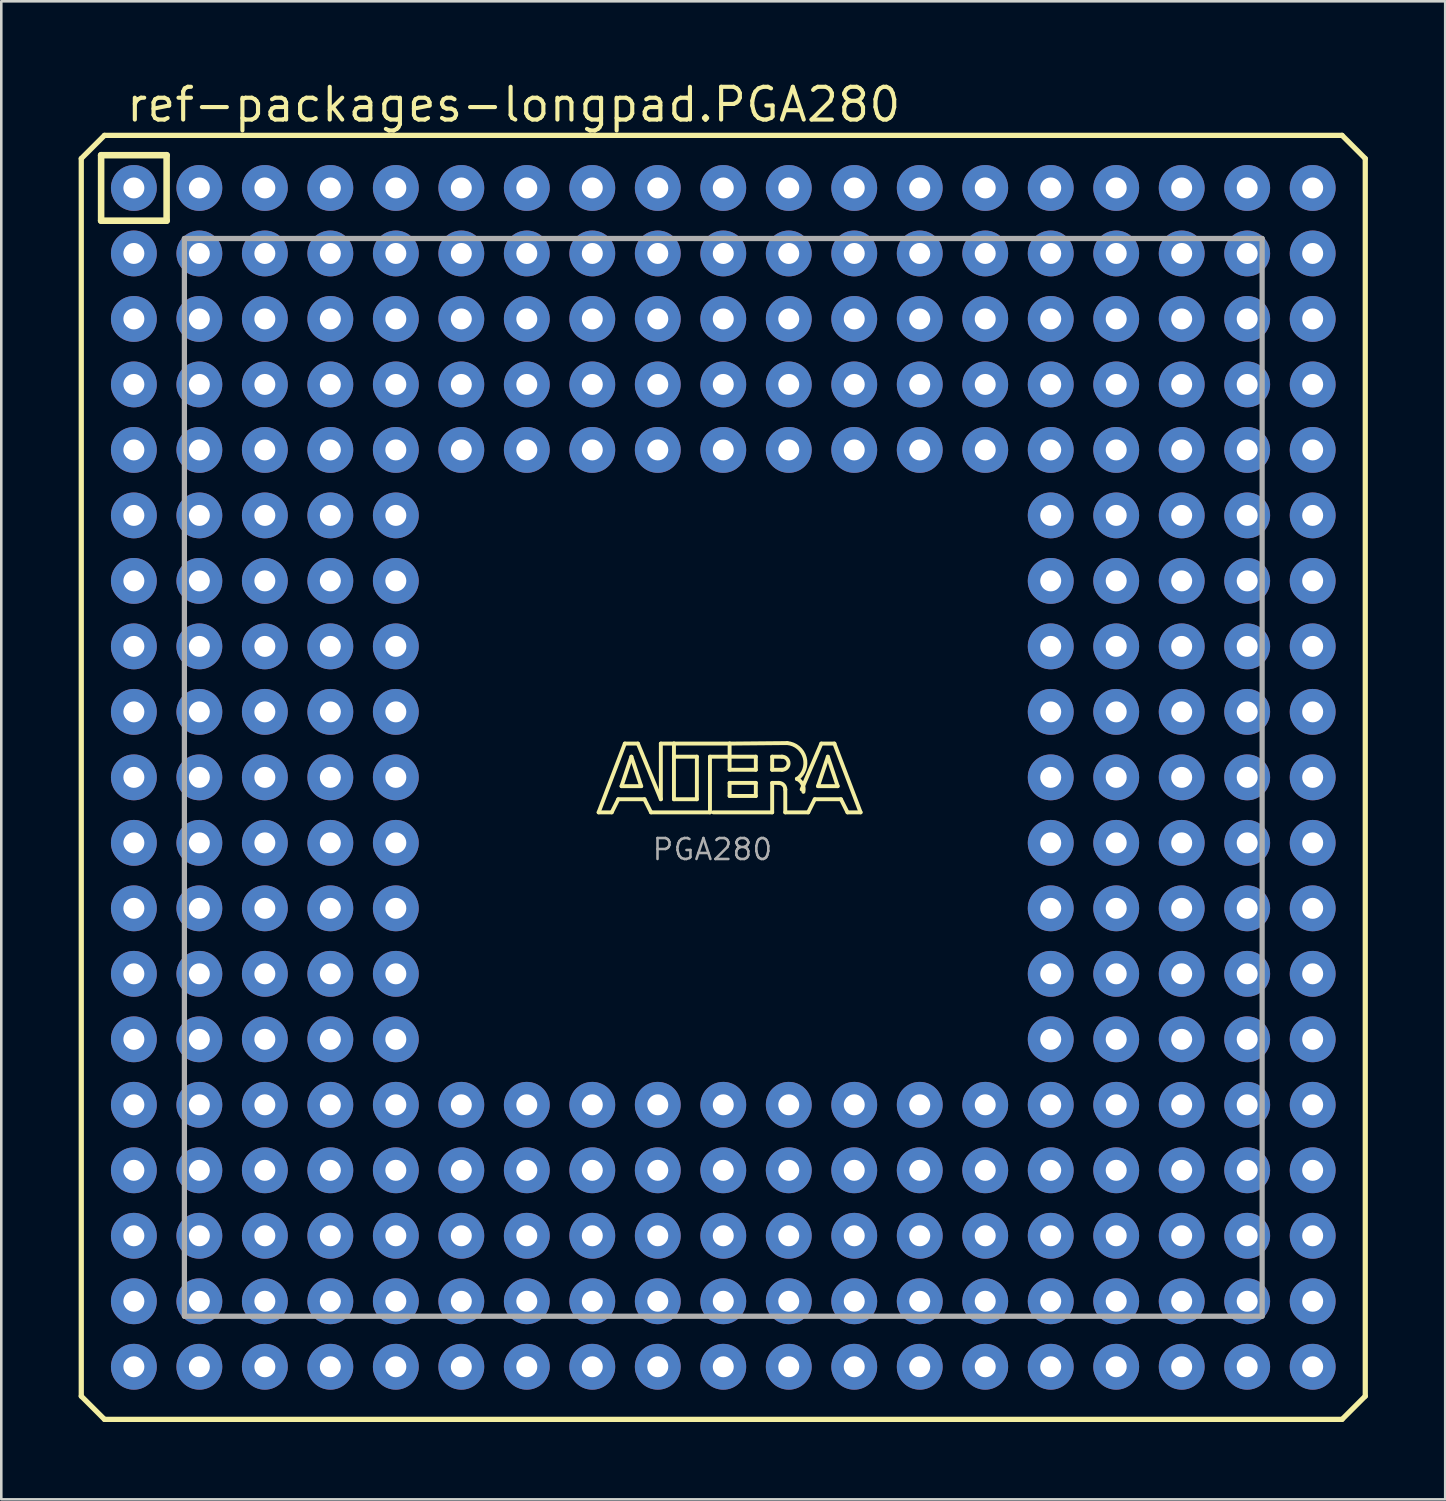
<source format=kicad_pcb>
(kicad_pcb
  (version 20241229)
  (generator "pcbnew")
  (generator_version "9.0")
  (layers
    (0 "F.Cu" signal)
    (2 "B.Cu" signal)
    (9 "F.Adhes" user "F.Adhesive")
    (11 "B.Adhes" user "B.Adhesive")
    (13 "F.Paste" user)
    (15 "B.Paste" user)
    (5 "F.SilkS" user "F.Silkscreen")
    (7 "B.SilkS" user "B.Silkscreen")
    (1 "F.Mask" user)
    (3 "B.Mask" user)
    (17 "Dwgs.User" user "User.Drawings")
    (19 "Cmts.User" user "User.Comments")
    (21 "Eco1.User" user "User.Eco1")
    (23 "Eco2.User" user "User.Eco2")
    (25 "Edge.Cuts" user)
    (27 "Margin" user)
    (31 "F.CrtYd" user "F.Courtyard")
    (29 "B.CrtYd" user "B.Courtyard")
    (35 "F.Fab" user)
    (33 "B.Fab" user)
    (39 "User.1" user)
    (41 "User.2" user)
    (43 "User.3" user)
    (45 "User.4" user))
  (footprint "ref-packages-longpad.PGA280"
    (layer "F.Cu")
    (at 25.002 27.1)
    (property "Reference" "ref-packages-longpad.PGA280" (at -23.23 -25.35 0) (layer "F.SilkS") (effects (font (size 1.27 1.27) (thickness 0.16)) (justify left bottom)))
    (attr through_hole)
    (fp_line (start -24.9 -24) (end -24 -24.9) (stroke (width 0.203) (type default)) (layer "F.SilkS"))
    (fp_line (start -24.9 24) (end -24.9 -24) (stroke (width 0.203) (type default)) (layer "F.SilkS"))
    (fp_line (start -24.13 -24.13) (end -24.13 -21.59) (stroke (width 0.254) (type default)) (layer "F.SilkS"))
    (fp_line (start -24.13 -21.59) (end -21.59 -21.59) (stroke (width 0.254) (type default)) (layer "F.SilkS"))
    (fp_line (start -24 -24.9) (end 24 -24.9) (stroke (width 0.203) (type default)) (layer "F.SilkS"))
    (fp_line (start -24 24.9) (end -24.9 24) (stroke (width 0.203) (type default)) (layer "F.SilkS"))
    (fp_line (start -21.59 -24.13) (end -24.13 -24.13) (stroke (width 0.254) (type default)) (layer "F.SilkS"))
    (fp_line (start -21.59 -21.59) (end -21.59 -24.13) (stroke (width 0.254) (type default)) (layer "F.SilkS"))
    (fp_line (start -4.834 1.357) (end -3.818 -1.31) (stroke (width 0.152) (type default)) (layer "F.SilkS"))
    (fp_line (start -4.326 1.357) (end -4.834 1.357) (stroke (width 0.152) (type default)) (layer "F.SilkS"))
    (fp_line (start -4.072 0.849) (end -4.326 1.357) (stroke (width 0.152) (type default)) (layer "F.SilkS"))
    (fp_line (start -3.945 0.341) (end -3.183 0.341) (stroke (width 0.152) (type default)) (layer "F.SilkS"))
    (fp_line (start -3.818 -1.31) (end -3.31 -1.31) (stroke (width 0.152) (type default)) (layer "F.SilkS"))
    (fp_line (start -3.564 -0.802) (end -3.945 0.341) (stroke (width 0.152) (type default)) (layer "F.SilkS"))
    (fp_line (start -3.31 -1.31) (end -2.421 0.849) (stroke (width 0.152) (type default)) (layer "F.SilkS"))
    (fp_line (start -3.183 0.341) (end -3.564 -0.802) (stroke (width 0.152) (type default)) (layer "F.SilkS"))
    (fp_line (start -3.056 0.849) (end -4.072 0.849) (stroke (width 0.152) (type default)) (layer "F.SilkS"))
    (fp_line (start -2.802 1.357) (end -3.056 0.849) (stroke (width 0.152) (type default)) (layer "F.SilkS"))
    (fp_line (start -2.421 -1.31) (end -1.913 -1.31) (stroke (width 0.152) (type default)) (layer "F.SilkS"))
    (fp_line (start -2.421 0.849) (end -2.421 -1.31) (stroke (width 0.152) (type default)) (layer "F.SilkS"))
    (fp_line (start -1.913 -1.31) (end -1.913 -0.802) (stroke (width 0.152) (type default)) (layer "F.SilkS"))
    (fp_line (start -1.913 -1.31) (end 0.246 -1.31) (stroke (width 0.152) (type default)) (layer "F.SilkS"))
    (fp_line (start -1.913 -0.802) (end -1.913 0.849) (stroke (width 0.152) (type default)) (layer "F.SilkS"))
    (fp_line (start -1.913 0.849) (end -1.024 0.849) (stroke (width 0.152) (type default)) (layer "F.SilkS"))
    (fp_line (start -1.024 -0.802) (end -1.913 -0.802) (stroke (width 0.152) (type default)) (layer "F.SilkS"))
    (fp_line (start -1.024 0.849) (end -1.024 -0.802) (stroke (width 0.152) (type default)) (layer "F.SilkS"))
    (fp_line (start -0.516 -0.802) (end -0.516 1.357) (stroke (width 0.152) (type default)) (layer "F.SilkS"))
    (fp_line (start -0.516 1.357) (end -2.802 1.357) (stroke (width 0.152) (type default)) (layer "F.SilkS"))
    (fp_line (start 0.246 -1.31) (end 0.246 -0.802) (stroke (width 0.152) (type default)) (layer "F.SilkS"))
    (fp_line (start 0.246 -1.31) (end 2.478 -1.33) (stroke (width 0.152) (type default)) (layer "F.SilkS"))
    (fp_line (start 0.246 -0.802) (end -0.516 -0.802) (stroke (width 0.152) (type default)) (layer "F.SilkS"))
    (fp_line (start 0.246 -0.802) (end 0.246 -0.294) (stroke (width 0.152) (type default)) (layer "F.SilkS"))
    (fp_line (start 0.246 -0.294) (end 1.262 -0.294) (stroke (width 0.152) (type default)) (layer "F.SilkS"))
    (fp_line (start 0.246 0.214) (end 1.262 0.214) (stroke (width 0.152) (type default)) (layer "F.SilkS"))
    (fp_line (start 0.246 0.722) (end 0.246 0.214) (stroke (width 0.152) (type default)) (layer "F.SilkS"))
    (fp_line (start 1.262 -0.802) (end 0.246 -0.802) (stroke (width 0.152) (type default)) (layer "F.SilkS"))
    (fp_line (start 1.262 -0.294) (end 1.262 -0.802) (stroke (width 0.152) (type default)) (layer "F.SilkS"))
    (fp_line (start 1.262 0.214) (end 1.262 0.722) (stroke (width 0.152) (type default)) (layer "F.SilkS"))
    (fp_line (start 1.262 0.722) (end 0.246 0.722) (stroke (width 0.152) (type default)) (layer "F.SilkS"))
    (fp_line (start 1.897 -0.802) (end 1.897 -0.294) (stroke (width 0.152) (type default)) (layer "F.SilkS"))
    (fp_line (start 1.897 -0.294) (end 2.278 -0.294) (stroke (width 0.152) (type default)) (layer "F.SilkS"))
    (fp_line (start 1.897 0.214) (end 1.897 1.357) (stroke (width 0.152) (type default)) (layer "F.SilkS"))
    (fp_line (start 1.897 0.214) (end 2.151 0.214) (stroke (width 0.152) (type default)) (layer "F.SilkS"))
    (fp_line (start 1.897 1.357) (end -0.389 1.357) (stroke (width 0.152) (type default)) (layer "F.SilkS"))
    (fp_line (start 2.278 -0.802) (end 1.897 -0.802) (stroke (width 0.152) (type default)) (layer "F.SilkS"))
    (fp_line (start 2.405 0.468) (end 2.405 1.357) (stroke (width 0.152) (type default)) (layer "F.SilkS"))
    (fp_line (start 2.405 1.357) (end 3.294 1.357) (stroke (width 0.152) (type default)) (layer "F.SilkS"))
    (fp_line (start 3.294 1.357) (end 3.548 0.849) (stroke (width 0.152) (type default)) (layer "F.SilkS"))
    (fp_line (start 3.548 0.849) (end 4.564 0.849) (stroke (width 0.152) (type default)) (layer "F.SilkS"))
    (fp_line (start 3.675 0.341) (end 4.056 -0.802) (stroke (width 0.152) (type default)) (layer "F.SilkS"))
    (fp_line (start 3.802 -1.31) (end 3.04 0.468) (stroke (width 0.152) (type default)) (layer "F.SilkS"))
    (fp_line (start 4.056 -0.802) (end 4.437 0.341) (stroke (width 0.152) (type default)) (layer "F.SilkS"))
    (fp_line (start 4.31 -1.31) (end 3.802 -1.31) (stroke (width 0.152) (type default)) (layer "F.SilkS"))
    (fp_line (start 4.437 0.341) (end 3.675 0.341) (stroke (width 0.152) (type default)) (layer "F.SilkS"))
    (fp_line (start 4.564 0.849) (end 4.818 1.357) (stroke (width 0.152) (type default)) (layer "F.SilkS"))
    (fp_line (start 4.818 1.357) (end 5.326 1.357) (stroke (width 0.152) (type default)) (layer "F.SilkS"))
    (fp_line (start 5.326 1.357) (end 4.31 -1.31) (stroke (width 0.152) (type default)) (layer "F.SilkS"))
    (fp_line (start 24 -24.9) (end 24.9 -24) (stroke (width 0.203) (type default)) (layer "F.SilkS"))
    (fp_line (start 24 24.9) (end -24 24.9) (stroke (width 0.203) (type default)) (layer "F.SilkS"))
    (fp_line (start 24.9 -24) (end 24.9 24) (stroke (width 0.203) (type default)) (layer "F.SilkS"))
    (fp_line (start 24.9 24) (end 24 24.9) (stroke (width 0.203) (type default)) (layer "F.SilkS"))
    (fp_arc (start 2.151 0.214) (mid 2.330605 0.288395) (end 2.405 0.468) (stroke (width 0.1524) (type default)) (layer "F.SilkS"))
    (fp_arc (start 2.278 -0.802) (mid 2.532 -0.548) (end 2.278 -0.294) (stroke (width 0.1524) (type default)) (layer "F.SilkS"))
    (fp_arc (start 2.4785 -1.33) (mid 3.158453 -0.76477) (end 2.8596 0.0674) (stroke (width 0.1524) (type default)) (layer "F.SilkS"))
    (fp_arc (start 2.8543 0.0531) (mid 3.070281 0.262587) (end 3.108 0.5611) (stroke (width 0.1524) (type default)) (layer "F.SilkS"))
    (fp_line (start -20.9 -20.9) (end 20.9 -20.9) (stroke (width 0.203) (type default)) (layer "F.Fab"))
    (fp_line (start -20.9 20.9) (end -20.9 -20.9) (stroke (width 0.203) (type default)) (layer "F.Fab"))
    (fp_line (start 20.9 -20.9) (end 20.9 20.9) (stroke (width 0.203) (type default)) (layer "F.Fab"))
    (fp_line (start 20.9 20.9) (end -20.9 20.9) (stroke (width 0.203) (type default)) (layer "F.Fab"))
    (fp_text user "PGA280" (at -2.81 3.27 0) (layer "F.Fab") (effects (font (size 0.813 0.813) (thickness 0.1)) (justify left bottom)))
    (pad "A1" thru_hole circle (at -22.86 -22.86) (size 1.778 1.778) (drill 0.813) (layers "*.Cu" "*.Mask"))
    (pad "A2" thru_hole circle (at -20.32 -22.86) (size 1.778 1.778) (drill 0.813) (layers "*.Cu" "*.Mask"))
    (pad "A3" thru_hole circle (at -17.78 -22.86) (size 1.778 1.778) (drill 0.813) (layers "*.Cu" "*.Mask"))
    (pad "A4" thru_hole circle (at -15.24 -22.86) (size 1.778 1.778) (drill 0.813) (layers "*.Cu" "*.Mask"))
    (pad "A5" thru_hole circle (at -12.7 -22.86) (size 1.778 1.778) (drill 0.813) (layers "*.Cu" "*.Mask"))
    (pad "A6" thru_hole circle (at -10.16 -22.86) (size 1.778 1.778) (drill 0.813) (layers "*.Cu" "*.Mask"))
    (pad "A7" thru_hole circle (at -7.62 -22.86) (size 1.778 1.778) (drill 0.813) (layers "*.Cu" "*.Mask"))
    (pad "A8" thru_hole circle (at -5.08 -22.86) (size 1.778 1.778) (drill 0.813) (layers "*.Cu" "*.Mask"))
    (pad "A9" thru_hole circle (at -2.54 -22.86) (size 1.778 1.778) (drill 0.813) (layers "*.Cu" "*.Mask"))
    (pad "A10" thru_hole circle (at 0 -22.86) (size 1.778 1.778) (drill 0.813) (layers "*.Cu" "*.Mask"))
    (pad "A11" thru_hole circle (at 2.54 -22.86) (size 1.778 1.778) (drill 0.813) (layers "*.Cu" "*.Mask"))
    (pad "A12" thru_hole circle (at 5.08 -22.86) (size 1.778 1.778) (drill 0.813) (layers "*.Cu" "*.Mask"))
    (pad "A13" thru_hole circle (at 7.62 -22.86) (size 1.778 1.778) (drill 0.813) (layers "*.Cu" "*.Mask"))
    (pad "A14" thru_hole circle (at 10.16 -22.86) (size 1.778 1.778) (drill 0.813) (layers "*.Cu" "*.Mask"))
    (pad "A15" thru_hole circle (at 12.7 -22.86) (size 1.778 1.778) (drill 0.813) (layers "*.Cu" "*.Mask"))
    (pad "A16" thru_hole circle (at 15.24 -22.86) (size 1.778 1.778) (drill 0.813) (layers "*.Cu" "*.Mask"))
    (pad "A17" thru_hole circle (at 17.78 -22.86) (size 1.778 1.778) (drill 0.813) (layers "*.Cu" "*.Mask"))
    (pad "A18" thru_hole circle (at 20.32 -22.86) (size 1.778 1.778) (drill 0.813) (layers "*.Cu" "*.Mask"))
    (pad "A19" thru_hole circle (at 22.86 -22.86) (size 1.778 1.778) (drill 0.813) (layers "*.Cu" "*.Mask"))
    (pad "B1" thru_hole circle (at -22.86 -20.32) (size 1.778 1.778) (drill 0.813) (layers "*.Cu" "*.Mask"))
    (pad "B2" thru_hole circle (at -20.32 -20.32) (size 1.778 1.778) (drill 0.813) (layers "*.Cu" "*.Mask"))
    (pad "B3" thru_hole circle (at -17.78 -20.32) (size 1.778 1.778) (drill 0.813) (layers "*.Cu" "*.Mask"))
    (pad "B4" thru_hole circle (at -15.24 -20.32) (size 1.778 1.778) (drill 0.813) (layers "*.Cu" "*.Mask"))
    (pad "B5" thru_hole circle (at -12.7 -20.32) (size 1.778 1.778) (drill 0.813) (layers "*.Cu" "*.Mask"))
    (pad "B6" thru_hole circle (at -10.16 -20.32) (size 1.778 1.778) (drill 0.813) (layers "*.Cu" "*.Mask"))
    (pad "B7" thru_hole circle (at -7.62 -20.32) (size 1.778 1.778) (drill 0.813) (layers "*.Cu" "*.Mask"))
    (pad "B8" thru_hole circle (at -5.08 -20.32) (size 1.778 1.778) (drill 0.813) (layers "*.Cu" "*.Mask"))
    (pad "B9" thru_hole circle (at -2.54 -20.32) (size 1.778 1.778) (drill 0.813) (layers "*.Cu" "*.Mask"))
    (pad "B10" thru_hole circle (at 0 -20.32) (size 1.778 1.778) (drill 0.813) (layers "*.Cu" "*.Mask"))
    (pad "B11" thru_hole circle (at 2.54 -20.32) (size 1.778 1.778) (drill 0.813) (layers "*.Cu" "*.Mask"))
    (pad "B12" thru_hole circle (at 5.08 -20.32) (size 1.778 1.778) (drill 0.813) (layers "*.Cu" "*.Mask"))
    (pad "B13" thru_hole circle (at 7.62 -20.32) (size 1.778 1.778) (drill 0.813) (layers "*.Cu" "*.Mask"))
    (pad "B14" thru_hole circle (at 10.16 -20.32) (size 1.778 1.778) (drill 0.813) (layers "*.Cu" "*.Mask"))
    (pad "B15" thru_hole circle (at 12.7 -20.32) (size 1.778 1.778) (drill 0.813) (layers "*.Cu" "*.Mask"))
    (pad "B16" thru_hole circle (at 15.24 -20.32) (size 1.778 1.778) (drill 0.813) (layers "*.Cu" "*.Mask"))
    (pad "B17" thru_hole circle (at 17.78 -20.32) (size 1.778 1.778) (drill 0.813) (layers "*.Cu" "*.Mask"))
    (pad "B18" thru_hole circle (at 20.32 -20.32) (size 1.778 1.778) (drill 0.813) (layers "*.Cu" "*.Mask"))
    (pad "B19" thru_hole circle (at 22.86 -20.32) (size 1.778 1.778) (drill 0.813) (layers "*.Cu" "*.Mask"))
    (pad "C1" thru_hole circle (at -22.86 -17.78) (size 1.778 1.778) (drill 0.813) (layers "*.Cu" "*.Mask"))
    (pad "C2" thru_hole circle (at -20.32 -17.78) (size 1.778 1.778) (drill 0.813) (layers "*.Cu" "*.Mask"))
    (pad "C3" thru_hole circle (at -17.78 -17.78) (size 1.778 1.778) (drill 0.813) (layers "*.Cu" "*.Mask"))
    (pad "C4" thru_hole circle (at -15.24 -17.78) (size 1.778 1.778) (drill 0.813) (layers "*.Cu" "*.Mask"))
    (pad "C5" thru_hole circle (at -12.7 -17.78) (size 1.778 1.778) (drill 0.813) (layers "*.Cu" "*.Mask"))
    (pad "C6" thru_hole circle (at -10.16 -17.78) (size 1.778 1.778) (drill 0.813) (layers "*.Cu" "*.Mask"))
    (pad "C7" thru_hole circle (at -7.62 -17.78) (size 1.778 1.778) (drill 0.813) (layers "*.Cu" "*.Mask"))
    (pad "C8" thru_hole circle (at -5.08 -17.78) (size 1.778 1.778) (drill 0.813) (layers "*.Cu" "*.Mask"))
    (pad "C9" thru_hole circle (at -2.54 -17.78) (size 1.778 1.778) (drill 0.813) (layers "*.Cu" "*.Mask"))
    (pad "C10" thru_hole circle (at 0 -17.78) (size 1.778 1.778) (drill 0.813) (layers "*.Cu" "*.Mask"))
    (pad "C11" thru_hole circle (at 2.54 -17.78) (size 1.778 1.778) (drill 0.813) (layers "*.Cu" "*.Mask"))
    (pad "C12" thru_hole circle (at 5.08 -17.78) (size 1.778 1.778) (drill 0.813) (layers "*.Cu" "*.Mask"))
    (pad "C13" thru_hole circle (at 7.62 -17.78) (size 1.778 1.778) (drill 0.813) (layers "*.Cu" "*.Mask"))
    (pad "C14" thru_hole circle (at 10.16 -17.78) (size 1.778 1.778) (drill 0.813) (layers "*.Cu" "*.Mask"))
    (pad "C15" thru_hole circle (at 12.7 -17.78) (size 1.778 1.778) (drill 0.813) (layers "*.Cu" "*.Mask"))
    (pad "C16" thru_hole circle (at 15.24 -17.78) (size 1.778 1.778) (drill 0.813) (layers "*.Cu" "*.Mask"))
    (pad "C17" thru_hole circle (at 17.78 -17.78) (size 1.778 1.778) (drill 0.813) (layers "*.Cu" "*.Mask"))
    (pad "C18" thru_hole circle (at 20.32 -17.78) (size 1.778 1.778) (drill 0.813) (layers "*.Cu" "*.Mask"))
    (pad "C19" thru_hole circle (at 22.86 -17.78) (size 1.778 1.778) (drill 0.813) (layers "*.Cu" "*.Mask"))
    (pad "D1" thru_hole circle (at -22.86 -15.24) (size 1.778 1.778) (drill 0.813) (layers "*.Cu" "*.Mask"))
    (pad "D2" thru_hole circle (at -20.32 -15.24) (size 1.778 1.778) (drill 0.813) (layers "*.Cu" "*.Mask"))
    (pad "D3" thru_hole circle (at -17.78 -15.24) (size 1.778 1.778) (drill 0.813) (layers "*.Cu" "*.Mask"))
    (pad "D4" thru_hole circle (at -15.24 -15.24) (size 1.778 1.778) (drill 0.813) (layers "*.Cu" "*.Mask"))
    (pad "D5" thru_hole circle (at -12.7 -15.24) (size 1.778 1.778) (drill 0.813) (layers "*.Cu" "*.Mask"))
    (pad "D6" thru_hole circle (at -10.16 -15.24) (size 1.778 1.778) (drill 0.813) (layers "*.Cu" "*.Mask"))
    (pad "D7" thru_hole circle (at -7.62 -15.24) (size 1.778 1.778) (drill 0.813) (layers "*.Cu" "*.Mask"))
    (pad "D8" thru_hole circle (at -5.08 -15.24) (size 1.778 1.778) (drill 0.813) (layers "*.Cu" "*.Mask"))
    (pad "D9" thru_hole circle (at -2.54 -15.24) (size 1.778 1.778) (drill 0.813) (layers "*.Cu" "*.Mask"))
    (pad "D10" thru_hole circle (at 0 -15.24) (size 1.778 1.778) (drill 0.813) (layers "*.Cu" "*.Mask"))
    (pad "D11" thru_hole circle (at 2.54 -15.24) (size 1.778 1.778) (drill 0.813) (layers "*.Cu" "*.Mask"))
    (pad "D12" thru_hole circle (at 5.08 -15.24) (size 1.778 1.778) (drill 0.813) (layers "*.Cu" "*.Mask"))
    (pad "D13" thru_hole circle (at 7.62 -15.24) (size 1.778 1.778) (drill 0.813) (layers "*.Cu" "*.Mask"))
    (pad "D14" thru_hole circle (at 10.16 -15.24) (size 1.778 1.778) (drill 0.813) (layers "*.Cu" "*.Mask"))
    (pad "D15" thru_hole circle (at 12.7 -15.24) (size 1.778 1.778) (drill 0.813) (layers "*.Cu" "*.Mask"))
    (pad "D16" thru_hole circle (at 15.24 -15.24) (size 1.778 1.778) (drill 0.813) (layers "*.Cu" "*.Mask"))
    (pad "D17" thru_hole circle (at 17.78 -15.24) (size 1.778 1.778) (drill 0.813) (layers "*.Cu" "*.Mask"))
    (pad "D18" thru_hole circle (at 20.32 -15.24) (size 1.778 1.778) (drill 0.813) (layers "*.Cu" "*.Mask"))
    (pad "D19" thru_hole circle (at 22.86 -15.24) (size 1.778 1.778) (drill 0.813) (layers "*.Cu" "*.Mask"))
    (pad "E1" thru_hole circle (at -22.86 -12.7) (size 1.778 1.778) (drill 0.813) (layers "*.Cu" "*.Mask"))
    (pad "E2" thru_hole circle (at -20.32 -12.7) (size 1.778 1.778) (drill 0.813) (layers "*.Cu" "*.Mask"))
    (pad "E3" thru_hole circle (at -17.78 -12.7) (size 1.778 1.778) (drill 0.813) (layers "*.Cu" "*.Mask"))
    (pad "E4" thru_hole circle (at -15.24 -12.7) (size 1.778 1.778) (drill 0.813) (layers "*.Cu" "*.Mask"))
    (pad "E5" thru_hole circle (at -12.7 -12.7) (size 1.778 1.778) (drill 0.813) (layers "*.Cu" "*.Mask"))
    (pad "E6" thru_hole circle (at -10.16 -12.7) (size 1.778 1.778) (drill 0.813) (layers "*.Cu" "*.Mask"))
    (pad "E7" thru_hole circle (at -7.62 -12.7) (size 1.778 1.778) (drill 0.813) (layers "*.Cu" "*.Mask"))
    (pad "E8" thru_hole circle (at -5.08 -12.7) (size 1.778 1.778) (drill 0.813) (layers "*.Cu" "*.Mask"))
    (pad "E9" thru_hole circle (at -2.54 -12.7) (size 1.778 1.778) (drill 0.813) (layers "*.Cu" "*.Mask"))
    (pad "E10" thru_hole circle (at 0 -12.7) (size 1.778 1.778) (drill 0.813) (layers "*.Cu" "*.Mask"))
    (pad "E11" thru_hole circle (at 2.54 -12.7) (size 1.778 1.778) (drill 0.813) (layers "*.Cu" "*.Mask"))
    (pad "E12" thru_hole circle (at 5.08 -12.7) (size 1.778 1.778) (drill 0.813) (layers "*.Cu" "*.Mask"))
    (pad "E13" thru_hole circle (at 7.62 -12.7) (size 1.778 1.778) (drill 0.813) (layers "*.Cu" "*.Mask"))
    (pad "E14" thru_hole circle (at 10.16 -12.7) (size 1.778 1.778) (drill 0.813) (layers "*.Cu" "*.Mask"))
    (pad "E15" thru_hole circle (at 12.7 -12.7) (size 1.778 1.778) (drill 0.813) (layers "*.Cu" "*.Mask"))
    (pad "E16" thru_hole circle (at 15.24 -12.7) (size 1.778 1.778) (drill 0.813) (layers "*.Cu" "*.Mask"))
    (pad "E17" thru_hole circle (at 17.78 -12.7) (size 1.778 1.778) (drill 0.813) (layers "*.Cu" "*.Mask"))
    (pad "E18" thru_hole circle (at 20.32 -12.7) (size 1.778 1.778) (drill 0.813) (layers "*.Cu" "*.Mask"))
    (pad "E19" thru_hole circle (at 22.86 -12.7) (size 1.778 1.778) (drill 0.813) (layers "*.Cu" "*.Mask"))
    (pad "F1" thru_hole circle (at -22.86 -10.16) (size 1.778 1.778) (drill 0.813) (layers "*.Cu" "*.Mask"))
    (pad "F2" thru_hole circle (at -20.32 -10.16) (size 1.778 1.778) (drill 0.813) (layers "*.Cu" "*.Mask"))
    (pad "F3" thru_hole circle (at -17.78 -10.16) (size 1.778 1.778) (drill 0.813) (layers "*.Cu" "*.Mask"))
    (pad "F4" thru_hole circle (at -15.24 -10.16) (size 1.778 1.778) (drill 0.813) (layers "*.Cu" "*.Mask"))
    (pad "F5" thru_hole circle (at -12.7 -10.16) (size 1.778 1.778) (drill 0.813) (layers "*.Cu" "*.Mask"))
    (pad "F15" thru_hole circle (at 12.7 -10.16) (size 1.778 1.778) (drill 0.813) (layers "*.Cu" "*.Mask"))
    (pad "F16" thru_hole circle (at 15.24 -10.16) (size 1.778 1.778) (drill 0.813) (layers "*.Cu" "*.Mask"))
    (pad "F17" thru_hole circle (at 17.78 -10.16) (size 1.778 1.778) (drill 0.813) (layers "*.Cu" "*.Mask"))
    (pad "F18" thru_hole circle (at 20.32 -10.16) (size 1.778 1.778) (drill 0.813) (layers "*.Cu" "*.Mask"))
    (pad "F19" thru_hole circle (at 22.86 -10.16) (size 1.778 1.778) (drill 0.813) (layers "*.Cu" "*.Mask"))
    (pad "G1" thru_hole circle (at -22.86 -7.62) (size 1.778 1.778) (drill 0.813) (layers "*.Cu" "*.Mask"))
    (pad "G2" thru_hole circle (at -20.32 -7.62) (size 1.778 1.778) (drill 0.813) (layers "*.Cu" "*.Mask"))
    (pad "G3" thru_hole circle (at -17.78 -7.62) (size 1.778 1.778) (drill 0.813) (layers "*.Cu" "*.Mask"))
    (pad "G4" thru_hole circle (at -15.24 -7.62) (size 1.778 1.778) (drill 0.813) (layers "*.Cu" "*.Mask"))
    (pad "G5" thru_hole circle (at -12.7 -7.62) (size 1.778 1.778) (drill 0.813) (layers "*.Cu" "*.Mask"))
    (pad "G15" thru_hole circle (at 12.7 -7.62) (size 1.778 1.778) (drill 0.813) (layers "*.Cu" "*.Mask"))
    (pad "G16" thru_hole circle (at 15.24 -7.62) (size 1.778 1.778) (drill 0.813) (layers "*.Cu" "*.Mask"))
    (pad "G17" thru_hole circle (at 17.78 -7.62) (size 1.778 1.778) (drill 0.813) (layers "*.Cu" "*.Mask"))
    (pad "G18" thru_hole circle (at 20.32 -7.62) (size 1.778 1.778) (drill 0.813) (layers "*.Cu" "*.Mask"))
    (pad "G19" thru_hole circle (at 22.86 -7.62) (size 1.778 1.778) (drill 0.813) (layers "*.Cu" "*.Mask"))
    (pad "H1" thru_hole circle (at -22.86 -5.08) (size 1.778 1.778) (drill 0.813) (layers "*.Cu" "*.Mask"))
    (pad "H2" thru_hole circle (at -20.32 -5.08) (size 1.778 1.778) (drill 0.813) (layers "*.Cu" "*.Mask"))
    (pad "H3" thru_hole circle (at -17.78 -5.08) (size 1.778 1.778) (drill 0.813) (layers "*.Cu" "*.Mask"))
    (pad "H4" thru_hole circle (at -15.24 -5.08) (size 1.778 1.778) (drill 0.813) (layers "*.Cu" "*.Mask"))
    (pad "H5" thru_hole circle (at -12.7 -5.08) (size 1.778 1.778) (drill 0.813) (layers "*.Cu" "*.Mask"))
    (pad "H15" thru_hole circle (at 12.7 -5.08) (size 1.778 1.778) (drill 0.813) (layers "*.Cu" "*.Mask"))
    (pad "H16" thru_hole circle (at 15.24 -5.08) (size 1.778 1.778) (drill 0.813) (layers "*.Cu" "*.Mask"))
    (pad "H17" thru_hole circle (at 17.78 -5.08) (size 1.778 1.778) (drill 0.813) (layers "*.Cu" "*.Mask"))
    (pad "H18" thru_hole circle (at 20.32 -5.08) (size 1.778 1.778) (drill 0.813) (layers "*.Cu" "*.Mask"))
    (pad "H19" thru_hole circle (at 22.86 -5.08) (size 1.778 1.778) (drill 0.813) (layers "*.Cu" "*.Mask"))
    (pad "J1" thru_hole circle (at -22.86 -2.54) (size 1.778 1.778) (drill 0.813) (layers "*.Cu" "*.Mask"))
    (pad "J2" thru_hole circle (at -20.32 -2.54) (size 1.778 1.778) (drill 0.813) (layers "*.Cu" "*.Mask"))
    (pad "J3" thru_hole circle (at -17.78 -2.54) (size 1.778 1.778) (drill 0.813) (layers "*.Cu" "*.Mask"))
    (pad "J4" thru_hole circle (at -15.24 -2.54) (size 1.778 1.778) (drill 0.813) (layers "*.Cu" "*.Mask"))
    (pad "J5" thru_hole circle (at -12.7 -2.54) (size 1.778 1.778) (drill 0.813) (layers "*.Cu" "*.Mask"))
    (pad "J15" thru_hole circle (at 12.7 -2.54) (size 1.778 1.778) (drill 0.813) (layers "*.Cu" "*.Mask"))
    (pad "J16" thru_hole circle (at 15.24 -2.54) (size 1.778 1.778) (drill 0.813) (layers "*.Cu" "*.Mask"))
    (pad "J17" thru_hole circle (at 17.78 -2.54) (size 1.778 1.778) (drill 0.813) (layers "*.Cu" "*.Mask"))
    (pad "J18" thru_hole circle (at 20.32 -2.54) (size 1.778 1.778) (drill 0.813) (layers "*.Cu" "*.Mask"))
    (pad "J19" thru_hole circle (at 22.86 -2.54) (size 1.778 1.778) (drill 0.813) (layers "*.Cu" "*.Mask"))
    (pad "K1" thru_hole circle (at -22.86 0) (size 1.778 1.778) (drill 0.813) (layers "*.Cu" "*.Mask"))
    (pad "K2" thru_hole circle (at -20.32 0) (size 1.778 1.778) (drill 0.813) (layers "*.Cu" "*.Mask"))
    (pad "K3" thru_hole circle (at -17.78 0) (size 1.778 1.778) (drill 0.813) (layers "*.Cu" "*.Mask"))
    (pad "K4" thru_hole circle (at -15.24 0) (size 1.778 1.778) (drill 0.813) (layers "*.Cu" "*.Mask"))
    (pad "K5" thru_hole circle (at -12.7 0) (size 1.778 1.778) (drill 0.813) (layers "*.Cu" "*.Mask"))
    (pad "K15" thru_hole circle (at 12.7 0) (size 1.778 1.778) (drill 0.813) (layers "*.Cu" "*.Mask"))
    (pad "K16" thru_hole circle (at 15.24 0) (size 1.778 1.778) (drill 0.813) (layers "*.Cu" "*.Mask"))
    (pad "K17" thru_hole circle (at 17.78 0) (size 1.778 1.778) (drill 0.813) (layers "*.Cu" "*.Mask"))
    (pad "K18" thru_hole circle (at 20.32 0) (size 1.778 1.778) (drill 0.813) (layers "*.Cu" "*.Mask"))
    (pad "K19" thru_hole circle (at 22.86 0) (size 1.778 1.778) (drill 0.813) (layers "*.Cu" "*.Mask"))
    (pad "L1" thru_hole circle (at -22.86 2.54) (size 1.778 1.778) (drill 0.813) (layers "*.Cu" "*.Mask"))
    (pad "L2" thru_hole circle (at -20.32 2.54) (size 1.778 1.778) (drill 0.813) (layers "*.Cu" "*.Mask"))
    (pad "L3" thru_hole circle (at -17.78 2.54) (size 1.778 1.778) (drill 0.813) (layers "*.Cu" "*.Mask"))
    (pad "L4" thru_hole circle (at -15.24 2.54) (size 1.778 1.778) (drill 0.813) (layers "*.Cu" "*.Mask"))
    (pad "L5" thru_hole circle (at -12.7 2.54) (size 1.778 1.778) (drill 0.813) (layers "*.Cu" "*.Mask"))
    (pad "L15" thru_hole circle (at 12.7 2.54) (size 1.778 1.778) (drill 0.813) (layers "*.Cu" "*.Mask"))
    (pad "L16" thru_hole circle (at 15.24 2.54) (size 1.778 1.778) (drill 0.813) (layers "*.Cu" "*.Mask"))
    (pad "L17" thru_hole circle (at 17.78 2.54) (size 1.778 1.778) (drill 0.813) (layers "*.Cu" "*.Mask"))
    (pad "L18" thru_hole circle (at 20.32 2.54) (size 1.778 1.778) (drill 0.813) (layers "*.Cu" "*.Mask"))
    (pad "L19" thru_hole circle (at 22.86 2.54) (size 1.778 1.778) (drill 0.813) (layers "*.Cu" "*.Mask"))
    (pad "M1" thru_hole circle (at -22.86 5.08) (size 1.778 1.778) (drill 0.813) (layers "*.Cu" "*.Mask"))
    (pad "M2" thru_hole circle (at -20.32 5.08) (size 1.778 1.778) (drill 0.813) (layers "*.Cu" "*.Mask"))
    (pad "M3" thru_hole circle (at -17.78 5.08) (size 1.778 1.778) (drill 0.813) (layers "*.Cu" "*.Mask"))
    (pad "M4" thru_hole circle (at -15.24 5.08) (size 1.778 1.778) (drill 0.813) (layers "*.Cu" "*.Mask"))
    (pad "M5" thru_hole circle (at -12.7 5.08) (size 1.778 1.778) (drill 0.813) (layers "*.Cu" "*.Mask"))
    (pad "M15" thru_hole circle (at 12.7 5.08) (size 1.778 1.778) (drill 0.813) (layers "*.Cu" "*.Mask"))
    (pad "M16" thru_hole circle (at 15.24 5.08) (size 1.778 1.778) (drill 0.813) (layers "*.Cu" "*.Mask"))
    (pad "M17" thru_hole circle (at 17.78 5.08) (size 1.778 1.778) (drill 0.813) (layers "*.Cu" "*.Mask"))
    (pad "M18" thru_hole circle (at 20.32 5.08) (size 1.778 1.778) (drill 0.813) (layers "*.Cu" "*.Mask"))
    (pad "M19" thru_hole circle (at 22.86 5.08) (size 1.778 1.778) (drill 0.813) (layers "*.Cu" "*.Mask"))
    (pad "N1" thru_hole circle (at -22.86 7.62) (size 1.778 1.778) (drill 0.813) (layers "*.Cu" "*.Mask"))
    (pad "N2" thru_hole circle (at -20.32 7.62) (size 1.778 1.778) (drill 0.813) (layers "*.Cu" "*.Mask"))
    (pad "N3" thru_hole circle (at -17.78 7.62) (size 1.778 1.778) (drill 0.813) (layers "*.Cu" "*.Mask"))
    (pad "N4" thru_hole circle (at -15.24 7.62) (size 1.778 1.778) (drill 0.813) (layers "*.Cu" "*.Mask"))
    (pad "N5" thru_hole circle (at -12.7 7.62) (size 1.778 1.778) (drill 0.813) (layers "*.Cu" "*.Mask"))
    (pad "N15" thru_hole circle (at 12.7 7.62) (size 1.778 1.778) (drill 0.813) (layers "*.Cu" "*.Mask"))
    (pad "N16" thru_hole circle (at 15.24 7.62) (size 1.778 1.778) (drill 0.813) (layers "*.Cu" "*.Mask"))
    (pad "N17" thru_hole circle (at 17.78 7.62) (size 1.778 1.778) (drill 0.813) (layers "*.Cu" "*.Mask"))
    (pad "N18" thru_hole circle (at 20.32 7.62) (size 1.778 1.778) (drill 0.813) (layers "*.Cu" "*.Mask"))
    (pad "N19" thru_hole circle (at 22.86 7.62) (size 1.778 1.778) (drill 0.813) (layers "*.Cu" "*.Mask"))
    (pad "P1" thru_hole circle (at -22.86 10.16) (size 1.778 1.778) (drill 0.813) (layers "*.Cu" "*.Mask"))
    (pad "P2" thru_hole circle (at -20.32 10.16) (size 1.778 1.778) (drill 0.813) (layers "*.Cu" "*.Mask"))
    (pad "P3" thru_hole circle (at -17.78 10.16) (size 1.778 1.778) (drill 0.813) (layers "*.Cu" "*.Mask"))
    (pad "P4" thru_hole circle (at -15.24 10.16) (size 1.778 1.778) (drill 0.813) (layers "*.Cu" "*.Mask"))
    (pad "P5" thru_hole circle (at -12.7 10.16) (size 1.778 1.778) (drill 0.813) (layers "*.Cu" "*.Mask"))
    (pad "P15" thru_hole circle (at 12.7 10.16) (size 1.778 1.778) (drill 0.813) (layers "*.Cu" "*.Mask"))
    (pad "P16" thru_hole circle (at 15.24 10.16) (size 1.778 1.778) (drill 0.813) (layers "*.Cu" "*.Mask"))
    (pad "P17" thru_hole circle (at 17.78 10.16) (size 1.778 1.778) (drill 0.813) (layers "*.Cu" "*.Mask"))
    (pad "P18" thru_hole circle (at 20.32 10.16) (size 1.778 1.778) (drill 0.813) (layers "*.Cu" "*.Mask"))
    (pad "P19" thru_hole circle (at 22.86 10.16) (size 1.778 1.778) (drill 0.813) (layers "*.Cu" "*.Mask"))
    (pad "R1" thru_hole circle (at -22.86 12.7) (size 1.778 1.778) (drill 0.813) (layers "*.Cu" "*.Mask"))
    (pad "R2" thru_hole circle (at -20.32 12.7) (size 1.778 1.778) (drill 0.813) (layers "*.Cu" "*.Mask"))
    (pad "R3" thru_hole circle (at -17.78 12.7) (size 1.778 1.778) (drill 0.813) (layers "*.Cu" "*.Mask"))
    (pad "R4" thru_hole circle (at -15.24 12.7) (size 1.778 1.778) (drill 0.813) (layers "*.Cu" "*.Mask"))
    (pad "R5" thru_hole circle (at -12.7 12.7) (size 1.778 1.778) (drill 0.813) (layers "*.Cu" "*.Mask"))
    (pad "R6" thru_hole circle (at -10.16 12.7) (size 1.778 1.778) (drill 0.813) (layers "*.Cu" "*.Mask"))
    (pad "R7" thru_hole circle (at -7.62 12.7) (size 1.778 1.778) (drill 0.813) (layers "*.Cu" "*.Mask"))
    (pad "R8" thru_hole circle (at -5.08 12.7) (size 1.778 1.778) (drill 0.813) (layers "*.Cu" "*.Mask"))
    (pad "R9" thru_hole circle (at -2.54 12.7) (size 1.778 1.778) (drill 0.813) (layers "*.Cu" "*.Mask"))
    (pad "R10" thru_hole circle (at 0 12.7) (size 1.778 1.778) (drill 0.813) (layers "*.Cu" "*.Mask"))
    (pad "R11" thru_hole circle (at 2.54 12.7) (size 1.778 1.778) (drill 0.813) (layers "*.Cu" "*.Mask"))
    (pad "R12" thru_hole circle (at 5.08 12.7) (size 1.778 1.778) (drill 0.813) (layers "*.Cu" "*.Mask"))
    (pad "R13" thru_hole circle (at 7.62 12.7) (size 1.778 1.778) (drill 0.813) (layers "*.Cu" "*.Mask"))
    (pad "R14" thru_hole circle (at 10.16 12.7) (size 1.778 1.778) (drill 0.813) (layers "*.Cu" "*.Mask"))
    (pad "R15" thru_hole circle (at 12.7 12.7) (size 1.778 1.778) (drill 0.813) (layers "*.Cu" "*.Mask"))
    (pad "R16" thru_hole circle (at 15.24 12.7) (size 1.778 1.778) (drill 0.813) (layers "*.Cu" "*.Mask"))
    (pad "R17" thru_hole circle (at 17.78 12.7) (size 1.778 1.778) (drill 0.813) (layers "*.Cu" "*.Mask"))
    (pad "R18" thru_hole circle (at 20.32 12.7) (size 1.778 1.778) (drill 0.813) (layers "*.Cu" "*.Mask"))
    (pad "R19" thru_hole circle (at 22.86 12.7) (size 1.778 1.778) (drill 0.813) (layers "*.Cu" "*.Mask"))
    (pad "T1" thru_hole circle (at -22.86 15.24) (size 1.778 1.778) (drill 0.813) (layers "*.Cu" "*.Mask"))
    (pad "T2" thru_hole circle (at -20.32 15.24) (size 1.778 1.778) (drill 0.813) (layers "*.Cu" "*.Mask"))
    (pad "T3" thru_hole circle (at -17.78 15.24) (size 1.778 1.778) (drill 0.813) (layers "*.Cu" "*.Mask"))
    (pad "T4" thru_hole circle (at -15.24 15.24) (size 1.778 1.778) (drill 0.813) (layers "*.Cu" "*.Mask"))
    (pad "T5" thru_hole circle (at -12.7 15.24) (size 1.778 1.778) (drill 0.813) (layers "*.Cu" "*.Mask"))
    (pad "T6" thru_hole circle (at -10.16 15.24) (size 1.778 1.778) (drill 0.813) (layers "*.Cu" "*.Mask"))
    (pad "T7" thru_hole circle (at -7.62 15.24) (size 1.778 1.778) (drill 0.813) (layers "*.Cu" "*.Mask"))
    (pad "T8" thru_hole circle (at -5.08 15.24) (size 1.778 1.778) (drill 0.813) (layers "*.Cu" "*.Mask"))
    (pad "T9" thru_hole circle (at -2.54 15.24) (size 1.778 1.778) (drill 0.813) (layers "*.Cu" "*.Mask"))
    (pad "T10" thru_hole circle (at 0 15.24) (size 1.778 1.778) (drill 0.813) (layers "*.Cu" "*.Mask"))
    (pad "T11" thru_hole circle (at 2.54 15.24) (size 1.778 1.778) (drill 0.813) (layers "*.Cu" "*.Mask"))
    (pad "T12" thru_hole circle (at 5.08 15.24) (size 1.778 1.778) (drill 0.813) (layers "*.Cu" "*.Mask"))
    (pad "T13" thru_hole circle (at 7.62 15.24) (size 1.778 1.778) (drill 0.813) (layers "*.Cu" "*.Mask"))
    (pad "T14" thru_hole circle (at 10.16 15.24) (size 1.778 1.778) (drill 0.813) (layers "*.Cu" "*.Mask"))
    (pad "T15" thru_hole circle (at 12.7 15.24) (size 1.778 1.778) (drill 0.813) (layers "*.Cu" "*.Mask"))
    (pad "T16" thru_hole circle (at 15.24 15.24) (size 1.778 1.778) (drill 0.813) (layers "*.Cu" "*.Mask"))
    (pad "T17" thru_hole circle (at 17.78 15.24) (size 1.778 1.778) (drill 0.813) (layers "*.Cu" "*.Mask"))
    (pad "T18" thru_hole circle (at 20.32 15.24) (size 1.778 1.778) (drill 0.813) (layers "*.Cu" "*.Mask"))
    (pad "T19" thru_hole circle (at 22.86 15.24) (size 1.778 1.778) (drill 0.813) (layers "*.Cu" "*.Mask"))
    (pad "U1" thru_hole circle (at -22.86 17.78) (size 1.778 1.778) (drill 0.813) (layers "*.Cu" "*.Mask"))
    (pad "U2" thru_hole circle (at -20.32 17.78) (size 1.778 1.778) (drill 0.813) (layers "*.Cu" "*.Mask"))
    (pad "U3" thru_hole circle (at -17.78 17.78) (size 1.778 1.778) (drill 0.813) (layers "*.Cu" "*.Mask"))
    (pad "U4" thru_hole circle (at -15.24 17.78) (size 1.778 1.778) (drill 0.813) (layers "*.Cu" "*.Mask"))
    (pad "U5" thru_hole circle (at -12.7 17.78) (size 1.778 1.778) (drill 0.813) (layers "*.Cu" "*.Mask"))
    (pad "U6" thru_hole circle (at -10.16 17.78) (size 1.778 1.778) (drill 0.813) (layers "*.Cu" "*.Mask"))
    (pad "U7" thru_hole circle (at -7.62 17.78) (size 1.778 1.778) (drill 0.813) (layers "*.Cu" "*.Mask"))
    (pad "U8" thru_hole circle (at -5.08 17.78) (size 1.778 1.778) (drill 0.813) (layers "*.Cu" "*.Mask"))
    (pad "U9" thru_hole circle (at -2.54 17.78) (size 1.778 1.778) (drill 0.813) (layers "*.Cu" "*.Mask"))
    (pad "U10" thru_hole circle (at 0 17.78) (size 1.778 1.778) (drill 0.813) (layers "*.Cu" "*.Mask"))
    (pad "U11" thru_hole circle (at 2.54 17.78) (size 1.778 1.778) (drill 0.813) (layers "*.Cu" "*.Mask"))
    (pad "U12" thru_hole circle (at 5.08 17.78) (size 1.778 1.778) (drill 0.813) (layers "*.Cu" "*.Mask"))
    (pad "U13" thru_hole circle (at 7.62 17.78) (size 1.778 1.778) (drill 0.813) (layers "*.Cu" "*.Mask"))
    (pad "U14" thru_hole circle (at 10.16 17.78) (size 1.778 1.778) (drill 0.813) (layers "*.Cu" "*.Mask"))
    (pad "U15" thru_hole circle (at 12.7 17.78) (size 1.778 1.778) (drill 0.813) (layers "*.Cu" "*.Mask"))
    (pad "U16" thru_hole circle (at 15.24 17.78) (size 1.778 1.778) (drill 0.813) (layers "*.Cu" "*.Mask"))
    (pad "U17" thru_hole circle (at 17.78 17.78) (size 1.778 1.778) (drill 0.813) (layers "*.Cu" "*.Mask"))
    (pad "U18" thru_hole circle (at 20.32 17.78) (size 1.778 1.778) (drill 0.813) (layers "*.Cu" "*.Mask"))
    (pad "U19" thru_hole circle (at 22.86 17.78) (size 1.778 1.778) (drill 0.813) (layers "*.Cu" "*.Mask"))
    (pad "V1" thru_hole circle (at -22.86 20.32) (size 1.778 1.778) (drill 0.813) (layers "*.Cu" "*.Mask"))
    (pad "V2" thru_hole circle (at -20.32 20.32) (size 1.778 1.778) (drill 0.813) (layers "*.Cu" "*.Mask"))
    (pad "V3" thru_hole circle (at -17.78 20.32) (size 1.778 1.778) (drill 0.813) (layers "*.Cu" "*.Mask"))
    (pad "V4" thru_hole circle (at -15.24 20.32) (size 1.778 1.778) (drill 0.813) (layers "*.Cu" "*.Mask"))
    (pad "V5" thru_hole circle (at -12.7 20.32) (size 1.778 1.778) (drill 0.813) (layers "*.Cu" "*.Mask"))
    (pad "V6" thru_hole circle (at -10.16 20.32) (size 1.778 1.778) (drill 0.813) (layers "*.Cu" "*.Mask"))
    (pad "V7" thru_hole circle (at -7.62 20.32) (size 1.778 1.778) (drill 0.813) (layers "*.Cu" "*.Mask"))
    (pad "V8" thru_hole circle (at -5.08 20.32) (size 1.778 1.778) (drill 0.813) (layers "*.Cu" "*.Mask"))
    (pad "V9" thru_hole circle (at -2.54 20.32) (size 1.778 1.778) (drill 0.813) (layers "*.Cu" "*.Mask"))
    (pad "V10" thru_hole circle (at 0 20.32) (size 1.778 1.778) (drill 0.813) (layers "*.Cu" "*.Mask"))
    (pad "V11" thru_hole circle (at 2.54 20.32) (size 1.778 1.778) (drill 0.813) (layers "*.Cu" "*.Mask"))
    (pad "V12" thru_hole circle (at 5.08 20.32) (size 1.778 1.778) (drill 0.813) (layers "*.Cu" "*.Mask"))
    (pad "V13" thru_hole circle (at 7.62 20.32) (size 1.778 1.778) (drill 0.813) (layers "*.Cu" "*.Mask"))
    (pad "V14" thru_hole circle (at 10.16 20.32) (size 1.778 1.778) (drill 0.813) (layers "*.Cu" "*.Mask"))
    (pad "V15" thru_hole circle (at 12.7 20.32) (size 1.778 1.778) (drill 0.813) (layers "*.Cu" "*.Mask"))
    (pad "V16" thru_hole circle (at 15.24 20.32) (size 1.778 1.778) (drill 0.813) (layers "*.Cu" "*.Mask"))
    (pad "V17" thru_hole circle (at 17.78 20.32) (size 1.778 1.778) (drill 0.813) (layers "*.Cu" "*.Mask"))
    (pad "V18" thru_hole circle (at 20.32 20.32) (size 1.778 1.778) (drill 0.813) (layers "*.Cu" "*.Mask"))
    (pad "V19" thru_hole circle (at 22.86 20.32) (size 1.778 1.778) (drill 0.813) (layers "*.Cu" "*.Mask"))
    (pad "W1" thru_hole circle (at -22.86 22.86) (size 1.778 1.778) (drill 0.813) (layers "*.Cu" "*.Mask"))
    (pad "W2" thru_hole circle (at -20.32 22.86) (size 1.778 1.778) (drill 0.813) (layers "*.Cu" "*.Mask"))
    (pad "W3" thru_hole circle (at -17.78 22.86) (size 1.778 1.778) (drill 0.813) (layers "*.Cu" "*.Mask"))
    (pad "W4" thru_hole circle (at -15.24 22.86) (size 1.778 1.778) (drill 0.813) (layers "*.Cu" "*.Mask"))
    (pad "W5" thru_hole circle (at -12.7 22.86) (size 1.778 1.778) (drill 0.813) (layers "*.Cu" "*.Mask"))
    (pad "W6" thru_hole circle (at -10.16 22.86) (size 1.778 1.778) (drill 0.813) (layers "*.Cu" "*.Mask"))
    (pad "W7" thru_hole circle (at -7.62 22.86) (size 1.778 1.778) (drill 0.813) (layers "*.Cu" "*.Mask"))
    (pad "W8" thru_hole circle (at -5.08 22.86) (size 1.778 1.778) (drill 0.813) (layers "*.Cu" "*.Mask"))
    (pad "W9" thru_hole circle (at -2.54 22.86) (size 1.778 1.778) (drill 0.813) (layers "*.Cu" "*.Mask"))
    (pad "W10" thru_hole circle (at 0 22.86) (size 1.778 1.778) (drill 0.813) (layers "*.Cu" "*.Mask"))
    (pad "W11" thru_hole circle (at 2.54 22.86) (size 1.778 1.778) (drill 0.813) (layers "*.Cu" "*.Mask"))
    (pad "W12" thru_hole circle (at 5.08 22.86) (size 1.778 1.778) (drill 0.813) (layers "*.Cu" "*.Mask"))
    (pad "W13" thru_hole circle (at 7.62 22.86) (size 1.778 1.778) (drill 0.813) (layers "*.Cu" "*.Mask"))
    (pad "W14" thru_hole circle (at 10.16 22.86) (size 1.778 1.778) (drill 0.813) (layers "*.Cu" "*.Mask"))
    (pad "W15" thru_hole circle (at 12.7 22.86) (size 1.778 1.778) (drill 0.813) (layers "*.Cu" "*.Mask"))
    (pad "W16" thru_hole circle (at 15.24 22.86) (size 1.778 1.778) (drill 0.813) (layers "*.Cu" "*.Mask"))
    (pad "W17" thru_hole circle (at 17.78 22.86) (size 1.778 1.778) (drill 0.813) (layers "*.Cu" "*.Mask"))
    (pad "W18" thru_hole circle (at 20.32 22.86) (size 1.778 1.778) (drill 0.813) (layers "*.Cu" "*.Mask"))
    (pad "W19" thru_hole circle (at 22.86 22.86) (size 1.778 1.778) (drill 0.813) (layers "*.Cu" "*.Mask")))
  (gr_rect
    (start -3 -3)
    (end 53.003 55.102)
    (stroke (width 0.1) (type default))
    (fill no)
    (layer "Edge.Cuts")))
</source>
